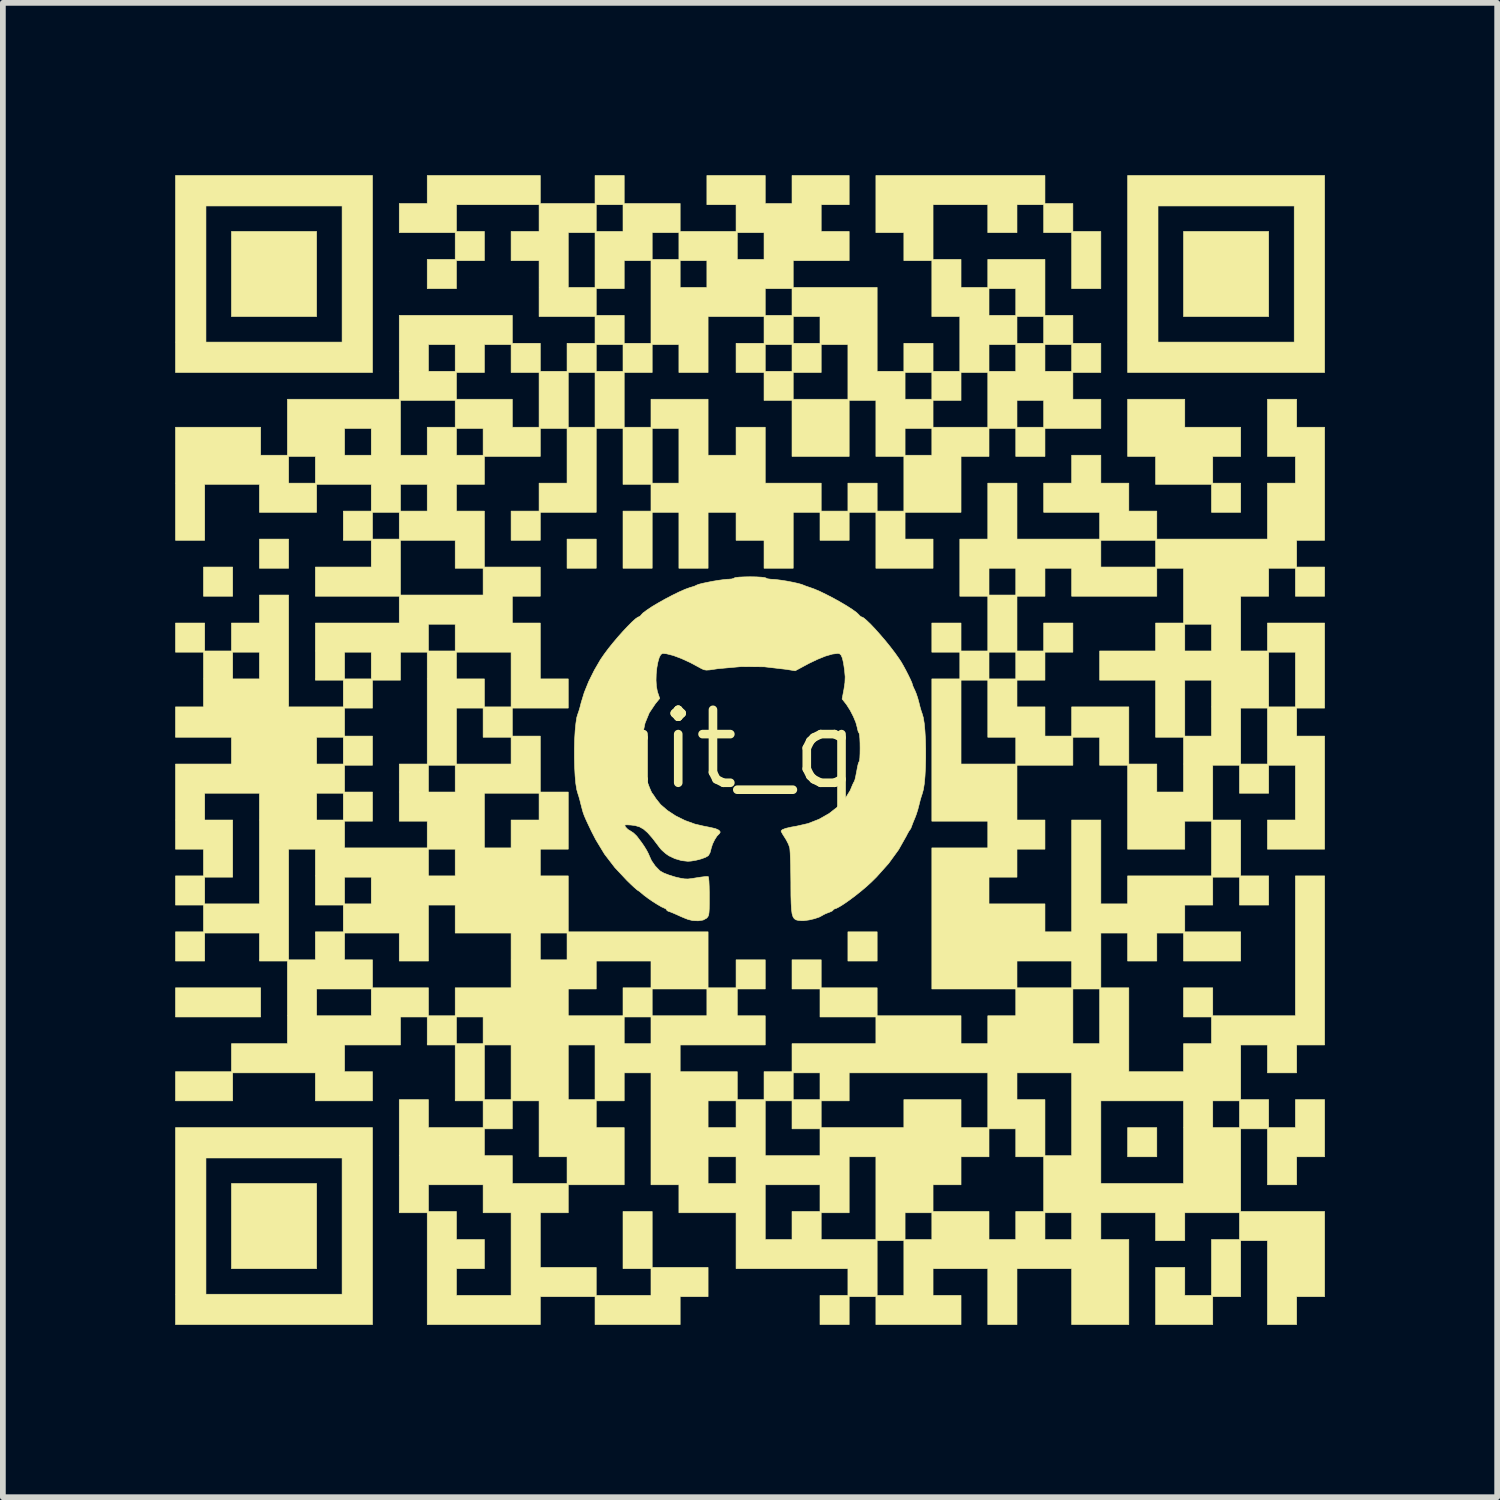
<source format=kicad_pcb>
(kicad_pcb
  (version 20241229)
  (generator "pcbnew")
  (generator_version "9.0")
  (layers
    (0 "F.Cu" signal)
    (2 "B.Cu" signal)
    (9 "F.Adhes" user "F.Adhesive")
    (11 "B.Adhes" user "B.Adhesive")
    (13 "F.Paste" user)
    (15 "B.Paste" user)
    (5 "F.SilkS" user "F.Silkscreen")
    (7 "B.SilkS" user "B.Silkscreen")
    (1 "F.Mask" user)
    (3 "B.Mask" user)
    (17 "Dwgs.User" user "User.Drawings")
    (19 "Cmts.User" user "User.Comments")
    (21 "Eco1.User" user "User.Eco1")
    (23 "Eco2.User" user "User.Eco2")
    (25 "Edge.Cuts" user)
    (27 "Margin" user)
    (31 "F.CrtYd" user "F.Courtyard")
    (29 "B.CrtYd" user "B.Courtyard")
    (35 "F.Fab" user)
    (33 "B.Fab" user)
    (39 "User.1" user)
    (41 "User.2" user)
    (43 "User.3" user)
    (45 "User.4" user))
  (footprint "git_qr"
    (layer "F.Cu")
    (at 9.996 9.996)
    (property "Reference" "git_qr" (at 0 0 0) (layer "F.SilkS") (effects (font (size 1.27 1.27) (thickness 0.15))))
    (attr through_hole)
    (fp_poly (pts (xy -8.996 -2.667) (xy -9.504 -2.667) (xy -9.504 -3.175) (xy -8.996 -3.175) (xy -8.996 -2.667)) (stroke (width 0.01) (type solid)) (fill yes) (layer "F.SilkS"))
    (fp_poly (pts (xy -8.509 4.657) (xy -9.991 4.657) (xy -9.991 4.149) (xy -8.509 4.149) (xy -8.509 4.657)) (stroke (width 0.01) (type solid)) (fill yes) (layer "F.SilkS"))
    (fp_poly (pts (xy -8.022 -3.154) (xy -8.53 -3.154) (xy -8.53 -3.662) (xy -8.022 -3.662) (xy -8.022 -3.154)) (stroke (width 0.01) (type solid)) (fill yes) (layer "F.SilkS"))
    (fp_poly (pts (xy -7.535 -7.535) (xy -9.017 -7.535) (xy -9.017 -9.017) (xy -7.535 -9.017) (xy -7.535 -7.535)) (stroke (width 0.01) (type solid)) (fill yes) (layer "F.SilkS"))
    (fp_poly (pts (xy -7.535 9.038) (xy -9.017 9.038) (xy -9.017 7.556) (xy -7.535 7.556) (xy -7.535 9.038)) (stroke (width 0.01) (type solid)) (fill yes) (layer "F.SilkS"))
    (fp_poly (pts (xy -2.667 -3.154) (xy -3.175 -3.154) (xy -3.175 -3.662) (xy -2.667 -3.662) (xy -2.667 -3.154)) (stroke (width 0.01) (type solid)) (fill yes) (layer "F.SilkS"))
    (fp_poly (pts (xy 2.223 3.683) (xy 1.714 3.683) (xy 1.714 3.175) (xy 2.223 3.175) (xy 2.223 3.683)) (stroke (width 0.01) (type solid)) (fill yes) (layer "F.SilkS"))
    (fp_poly (pts (xy 7.091 7.091) (xy 6.583 7.091) (xy 6.583 6.583) (xy 7.091 6.583) (xy 7.091 7.091)) (stroke (width 0.01) (type solid)) (fill yes) (layer "F.SilkS"))
    (fp_poly (pts (xy 9.038 -7.535) (xy 7.556 -7.535) (xy 7.556 -9.017) (xy 9.038 -9.017) (xy 9.038 -7.535)) (stroke (width 0.01) (type solid)) (fill yes) (layer "F.SilkS"))
    (fp_poly (pts (xy -6.562 -6.562) (xy -9.991 -6.562) (xy -9.991 -9.461) (xy -9.461 -9.461) (xy -9.461 -7.091) (xy -7.091 -7.091) (xy -7.091 -9.461) (xy -9.461 -9.461) (xy -9.991 -9.461) (xy -9.991 -9.991) (xy -6.562 -9.991) (xy -6.562 -6.562)) (stroke (width 0.01) (type solid)) (fill yes) (layer "F.SilkS"))
    (fp_poly (pts (xy -6.562 10.012) (xy -9.991 10.012) (xy -9.991 7.112) (xy -9.461 7.112) (xy -9.461 9.483) (xy -7.091 9.483) (xy -7.091 7.112) (xy -9.461 7.112) (xy -9.991 7.112) (xy -9.991 6.583) (xy -6.562 6.583) (xy -6.562 10.012)) (stroke (width 0.01) (type solid)) (fill yes) (layer "F.SilkS"))
    (fp_poly (pts (xy 10.012 -6.562) (xy 6.583 -6.562) (xy 6.583 -9.461) (xy 7.112 -9.461) (xy 7.112 -7.091) (xy 9.483 -7.091) (xy 9.483 -9.461) (xy 7.112 -9.461) (xy 6.583 -9.461) (xy 6.583 -9.991) (xy 10.012 -9.991) (xy 10.012 -6.562)) (stroke (width 0.01) (type solid)) (fill yes) (layer "F.SilkS"))
    (fp_poly (pts (xy 7.578 -5.609) (xy 8.551 -5.609) (xy 8.551 -5.101) (xy 8.065 -5.101) (xy 8.065 -4.636) (xy 8.551 -4.636) (xy 8.551 -4.128) (xy 8.043 -4.128) (xy 8.043 -4.614) (xy 7.07 -4.614) (xy 7.07 -5.101) (xy 6.583 -5.101) (xy 6.583 -6.096) (xy 7.578 -6.096) (xy 7.578 -5.609)) (stroke (width 0.01) (type solid)) (fill yes) (layer "F.SilkS"))
    (fp_poly (pts (xy 0.119 -3.004) (xy 0.205 -2.999) (xy 0.264 -2.992) (xy 0.286 -2.985) (xy 0.314 -2.971) (xy 0.366 -2.964) (xy 0.379 -2.963) (xy 0.449 -2.959) (xy 0.543 -2.947) (xy 0.648 -2.931) (xy 0.752 -2.911) (xy 0.843 -2.891) (xy 0.908 -2.873) (xy 0.921 -2.868) (xy 0.984 -2.843) (xy 1.037 -2.825) (xy 1.12 -2.796) (xy 1.224 -2.752) (xy 1.339 -2.696) (xy 1.461 -2.633) (xy 1.581 -2.566) (xy 1.693 -2.5) (xy 1.789 -2.438) (xy 1.863 -2.385) (xy 1.906 -2.344) (xy 1.911 -2.336) (xy 1.941 -2.31) (xy 1.954 -2.307) (xy 1.987 -2.291) (xy 2.04 -2.246) (xy 2.11 -2.179) (xy 2.191 -2.093) (xy 2.279 -1.994) (xy 2.369 -1.889) (xy 2.456 -1.781) (xy 2.536 -1.676) (xy 2.604 -1.58) (xy 2.641 -1.524) (xy 2.679 -1.458) (xy 2.722 -1.379) (xy 2.764 -1.297) (xy 2.8 -1.223) (xy 2.826 -1.165) (xy 2.836 -1.134) (xy 2.836 -1.133) (xy 2.846 -1.101) (xy 2.869 -1.05) (xy 2.876 -1.037) (xy 2.901 -0.978) (xy 2.929 -0.896) (xy 2.951 -0.815) (xy 2.971 -0.735) (xy 2.991 -0.667) (xy 3.006 -0.625) (xy 3.006 -0.624) (xy 3.026 -0.556) (xy 3.043 -0.452) (xy 3.055 -0.322) (xy 3.064 -0.173) (xy 3.068 -0.012) (xy 3.068 0.153) (xy 3.064 0.315) (xy 3.056 0.465) (xy 3.044 0.596) (xy 3.027 0.701) (xy 3.007 0.772) (xy 3.007 0.773) (xy 2.993 0.814) (xy 2.973 0.882) (xy 2.953 0.962) (xy 2.93 1.051) (xy 2.902 1.137) (xy 2.88 1.194) (xy 2.852 1.261) (xy 2.829 1.321) (xy 2.825 1.333) (xy 2.808 1.377) (xy 2.794 1.397) (xy 2.777 1.421) (xy 2.749 1.47) (xy 2.733 1.503) (xy 2.596 1.746) (xy 2.423 1.984) (xy 2.212 2.22) (xy 2.124 2.307) (xy 2.039 2.385) (xy 1.943 2.466) (xy 1.841 2.547) (xy 1.741 2.622) (xy 1.648 2.687) (xy 1.57 2.736) (xy 1.513 2.766) (xy 1.489 2.773) (xy 1.463 2.785) (xy 1.46 2.792) (xy 1.442 2.811) (xy 1.397 2.832) (xy 1.381 2.837) (xy 1.321 2.861) (xy 1.275 2.885) (xy 1.27 2.889) (xy 1.215 2.918) (xy 1.132 2.946) (xy 1.038 2.968) (xy 0.949 2.98) (xy 0.898 2.98) (xy 0.849 2.976) (xy 0.81 2.966) (xy 0.78 2.946) (xy 0.758 2.912) (xy 0.742 2.86) (xy 0.732 2.784) (xy 0.726 2.681) (xy 0.722 2.546) (xy 0.721 2.374) (xy 0.721 2.318) (xy 0.719 2.168) (xy 0.717 2.028) (xy 0.713 1.905) (xy 0.709 1.806) (xy 0.704 1.737) (xy 0.701 1.711) (xy 0.678 1.647) (xy 0.64 1.573) (xy 0.616 1.535) (xy 0.58 1.478) (xy 0.556 1.435) (xy 0.55 1.42) (xy 0.571 1.397) (xy 0.63 1.374) (xy 0.724 1.352) (xy 0.821 1.335) (xy 1.022 1.289) (xy 1.213 1.214) (xy 1.387 1.115) (xy 1.539 0.996) (xy 1.663 0.861) (xy 1.753 0.715) (xy 1.77 0.675) (xy 1.795 0.614) (xy 1.817 0.569) (xy 1.824 0.558) (xy 1.836 0.527) (xy 1.85 0.466) (xy 1.865 0.388) (xy 1.868 0.373) (xy 1.882 0.297) (xy 1.896 0.24) (xy 1.908 0.213) (xy 1.91 0.212) (xy 1.917 0.192) (xy 1.922 0.141) (xy 1.925 0.067) (xy 1.926 -0.019) (xy 1.925 -0.107) (xy 1.922 -0.187) (xy 1.917 -0.248) (xy 1.91 -0.281) (xy 1.908 -0.284) (xy 1.893 -0.31) (xy 1.879 -0.363) (xy 1.875 -0.386) (xy 1.852 -0.47) (xy 1.809 -0.573) (xy 1.754 -0.68) (xy 1.693 -0.776) (xy 1.672 -0.804) (xy 1.613 -0.878) (xy 1.645 -1.048) (xy 1.662 -1.162) (xy 1.666 -1.264) (xy 1.656 -1.377) (xy 1.655 -1.386) (xy 1.637 -1.506) (xy 1.618 -1.589) (xy 1.596 -1.64) (xy 1.569 -1.666) (xy 1.54 -1.672) (xy 1.444 -1.66) (xy 1.323 -1.625) (xy 1.184 -1.569) (xy 1.034 -1.497) (xy 1.017 -1.488) (xy 0.796 -1.369) (xy 0.644 -1.394) (xy 0.256 -1.439) (xy -0.143 -1.442) (xy -0.547 -1.406) (xy -0.614 -1.396) (xy -0.696 -1.384) (xy -0.751 -1.381) (xy -0.793 -1.388) (xy -0.836 -1.407) (xy -0.868 -1.425) (xy -1.03 -1.512) (xy -1.185 -1.583) (xy -1.324 -1.635) (xy -1.442 -1.665) (xy -1.511 -1.672) (xy -1.543 -1.652) (xy -1.571 -1.599) (xy -1.594 -1.519) (xy -1.612 -1.421) (xy -1.623 -1.314) (xy -1.626 -1.205) (xy -1.62 -1.102) (xy -1.604 -1.015) (xy -1.599 -0.997) (xy -1.562 -0.888) (xy -1.638 -0.795) (xy -1.744 -0.637) (xy -1.817 -0.459) (xy -1.86 -0.257) (xy -1.872 -0.029) (xy -1.862 0.158) (xy -1.848 0.29) (xy -1.836 0.387) (xy -1.824 0.454) (xy -1.811 0.497) (xy -1.8 0.519) (xy -1.785 0.549) (xy -1.762 0.605) (xy -1.747 0.646) (xy -1.722 0.707) (xy -1.702 0.75) (xy -1.694 0.762) (xy -1.676 0.785) (xy -1.645 0.831) (xy -1.632 0.852) (xy -1.547 0.959) (xy -1.428 1.062) (xy -1.283 1.157) (xy -1.121 1.237) (xy -0.95 1.299) (xy -0.804 1.333) (xy -0.718 1.35) (xy -0.635 1.368) (xy -0.587 1.38) (xy -0.531 1.406) (xy -0.508 1.437) (xy -0.523 1.466) (xy -0.53 1.472) (xy -0.566 1.509) (xy -0.606 1.572) (xy -0.642 1.646) (xy -0.665 1.717) (xy -0.669 1.734) (xy -0.686 1.797) (xy -0.713 1.845) (xy -0.719 1.851) (xy -0.765 1.878) (xy -0.839 1.905) (xy -0.927 1.928) (xy -1.014 1.943) (xy -1.072 1.947) (xy -1.181 1.935) (xy -1.297 1.901) (xy -1.401 1.852) (xy -1.457 1.813) (xy -1.505 1.771) (xy -1.535 1.743) (xy -1.56 1.713) (xy -1.594 1.668) (xy -1.598 1.662) (xy -1.692 1.54) (xy -1.771 1.45) (xy -1.843 1.387) (xy -1.914 1.347) (xy -1.99 1.325) (xy -2.06 1.316) (xy -2.129 1.312) (xy -2.163 1.314) (xy -2.17 1.325) (xy -2.158 1.348) (xy -2.156 1.351) (xy -2.116 1.392) (xy -2.068 1.421) (xy -2.018 1.454) (xy -1.965 1.505) (xy -1.951 1.522) (xy -1.913 1.573) (xy -1.884 1.611) (xy -1.878 1.619) (xy -1.832 1.686) (xy -1.788 1.758) (xy -1.756 1.82) (xy -1.746 1.845) (xy -1.705 1.936) (xy -1.64 2.029) (xy -1.567 2.105) (xy -1.548 2.12) (xy -1.49 2.152) (xy -1.405 2.185) (xy -1.309 2.215) (xy -1.289 2.221) (xy -1.198 2.242) (xy -1.131 2.253) (xy -1.071 2.255) (xy -1.001 2.247) (xy -0.922 2.234) (xy -0.837 2.221) (xy -0.768 2.213) (xy -0.725 2.212) (xy -0.717 2.213) (xy -0.711 2.237) (xy -0.705 2.296) (xy -0.701 2.383) (xy -0.699 2.489) (xy -0.699 2.559) (xy -0.699 2.685) (xy -0.7 2.776) (xy -0.704 2.838) (xy -0.71 2.88) (xy -0.721 2.907) (xy -0.736 2.927) (xy -0.747 2.938) (xy -0.807 2.97) (xy -0.892 2.983) (xy -0.988 2.979) (xy -1.069 2.959) (xy -1.121 2.939) (xy -1.195 2.908) (xy -1.265 2.876) (xy -1.334 2.846) (xy -1.389 2.824) (xy -1.418 2.815) (xy -1.418 2.815) (xy -1.439 2.8) (xy -1.439 2.795) (xy -1.457 2.774) (xy -1.485 2.761) (xy -1.531 2.74) (xy -1.6 2.7) (xy -1.681 2.649) (xy -1.761 2.594) (xy -1.83 2.543) (xy -1.869 2.51) (xy -1.91 2.475) (xy -1.938 2.456) (xy -1.941 2.455) (xy -1.96 2.441) (xy -2.003 2.404) (xy -2.063 2.348) (xy -2.132 2.281) (xy -2.343 2.056) (xy -2.522 1.823) (xy -2.676 1.569) (xy -2.748 1.429) (xy -2.804 1.312) (xy -2.845 1.224) (xy -2.875 1.155) (xy -2.896 1.096) (xy -2.913 1.037) (xy -2.93 0.969) (xy -2.932 0.963) (xy -2.952 0.883) (xy -2.971 0.815) (xy -2.985 0.773) (xy -2.985 0.773) (xy -3.006 0.7) (xy -3.023 0.594) (xy -3.035 0.461) (xy -3.043 0.31) (xy -3.047 0.148) (xy -3.047 -0.017) (xy -3.043 -0.178) (xy -3.034 -0.328) (xy -3.021 -0.457) (xy -3.005 -0.56) (xy -2.985 -0.624) (xy -2.97 -0.666) (xy -2.95 -0.734) (xy -2.93 -0.813) (xy -2.876 -0.99) (xy -2.798 -1.183) (xy -2.701 -1.378) (xy -2.593 -1.564) (xy -2.529 -1.657) (xy -2.457 -1.754) (xy -2.375 -1.856) (xy -2.287 -1.96) (xy -2.199 -2.059) (xy -2.115 -2.148) (xy -2.041 -2.222) (xy -1.981 -2.276) (xy -1.94 -2.304) (xy -1.929 -2.307) (xy -1.9 -2.323) (xy -1.89 -2.336) (xy -1.855 -2.374) (xy -1.787 -2.425) (xy -1.696 -2.486) (xy -1.587 -2.551) (xy -1.468 -2.618) (xy -1.346 -2.682) (xy -1.228 -2.74) (xy -1.122 -2.787) (xy -1.034 -2.819) (xy -1.005 -2.827) (xy -0.952 -2.844) (xy -0.918 -2.861) (xy -0.885 -2.874) (xy -0.82 -2.891) (xy -0.734 -2.909) (xy -0.638 -2.928) (xy -0.54 -2.944) (xy -0.452 -2.956) (xy -0.383 -2.963) (xy -0.366 -2.963) (xy -0.308 -2.968) (xy -0.27 -2.98) (xy -0.265 -2.985) (xy -0.239 -2.993) (xy -0.178 -3) (xy -0.089 -3.004) (xy 0.011 -3.006) (xy 0.119 -3.004)) (stroke (width 0.01) (type solid)) (fill yes) (layer "F.SilkS"))
    (fp_poly (pts (xy -3.641 -9.504) (xy -2.688 -9.504) (xy -2.688 -9.991) (xy -2.18 -9.991) (xy -2.18 -9.504) (xy -1.206 -9.504) (xy -1.206 -9.017) (xy -0.233 -9.017) (xy -0.233 -9.483) (xy -0.741 -9.483) (xy -0.741 -9.991) (xy 0.275 -9.991) (xy 0.275 -9.504) (xy 0.741 -9.504) (xy 0.741 -9.991) (xy 1.736 -9.991) (xy 1.736 -9.483) (xy 1.249 -9.483) (xy 1.249 -9.017) (xy 1.736 -9.017) (xy 1.736 -8.509) (xy 0.762 -8.509) (xy 0.762 -8.043) (xy 2.223 -8.043) (xy 2.223 -6.583) (xy 2.688 -6.583) (xy 2.688 -7.07) (xy 3.196 -7.07) (xy 3.196 -6.583) (xy 3.662 -6.583) (xy 3.662 -7.048) (xy 4.17 -7.048) (xy 4.17 -6.583) (xy 4.636 -6.583) (xy 4.636 -7.048) (xy 5.144 -7.048) (xy 5.144 -6.583) (xy 5.609 -6.583) (xy 5.609 -7.048) (xy 5.144 -7.048) (xy 4.636 -7.048) (xy 4.17 -7.048) (xy 3.662 -7.048) (xy 3.662 -7.535) (xy 4.657 -7.535) (xy 4.657 -7.07) (xy 5.122 -7.07) (xy 5.122 -7.535) (xy 4.657 -7.535) (xy 3.662 -7.535) (xy 3.175 -7.535) (xy 3.175 -8.022) (xy 4.17 -8.022) (xy 4.17 -7.556) (xy 4.636 -7.556) (xy 4.636 -8.022) (xy 4.17 -8.022) (xy 3.175 -8.022) (xy 3.175 -8.509) (xy 2.688 -8.509) (xy 2.688 -8.996) (xy 2.201 -8.996) (xy 2.201 -9.991) (xy 5.144 -9.991) (xy 5.144 -9.504) (xy 5.63 -9.504) (xy 5.63 -9.017) (xy 6.117 -9.017) (xy 6.117 -8.022) (xy 5.609 -8.022) (xy 5.609 -8.996) (xy 5.122 -8.996) (xy 5.122 -9.483) (xy 4.657 -9.483) (xy 4.657 -8.996) (xy 4.149 -8.996) (xy 4.149 -9.483) (xy 3.196 -9.483) (xy 3.196 -8.53) (xy 3.683 -8.53) (xy 3.683 -8.043) (xy 4.149 -8.043) (xy 4.149 -8.53) (xy 5.144 -8.53) (xy 5.144 -7.556) (xy 5.63 -7.556) (xy 5.63 -7.07) (xy 6.117 -7.07) (xy 6.117 -6.562) (xy 5.63 -6.562) (xy 5.63 -6.096) (xy 6.117 -6.096) (xy 6.117 -5.588) (xy 5.144 -5.588) (xy 5.144 -5.101) (xy 4.636 -5.101) (xy 4.636 -5.588) (xy 4.17 -5.588) (xy 4.17 -5.101) (xy 3.683 -5.101) (xy 3.683 -4.128) (xy 2.709 -4.128) (xy 2.709 -3.662) (xy 3.196 -3.662) (xy 3.196 -3.154) (xy 2.201 -3.154) (xy 2.201 -4.128) (xy 1.736 -4.128) (xy 1.736 -3.641) (xy 1.228 -3.641) (xy 1.228 -4.128) (xy 0.762 -4.128) (xy 0.762 -3.154) (xy 0.254 -3.154) (xy 0.254 -3.641) (xy -0.233 -3.641) (xy -0.233 -4.128) (xy -0.72 -4.128) (xy -0.72 -3.154) (xy -1.228 -3.154) (xy -1.228 -4.128) (xy -1.693 -4.128) (xy -1.693 -3.154) (xy -2.201 -3.154) (xy -2.201 -4.149) (xy -1.714 -4.149) (xy -1.714 -4.614) (xy -2.201 -4.614) (xy -2.201 -5.588) (xy -1.693 -5.588) (xy -1.693 -4.636) (xy -1.228 -4.636) (xy -1.228 -5.588) (xy -1.693 -5.588) (xy -2.201 -5.588) (xy -2.667 -5.588) (xy -2.667 -4.128) (xy -3.641 -4.128) (xy -3.641 -3.641) (xy -4.149 -3.641) (xy -4.149 -4.149) (xy -3.662 -4.149) (xy -3.662 -4.636) (xy -3.175 -4.636) (xy -3.175 -5.588) (xy -3.641 -5.588) (xy -3.641 -5.101) (xy -4.614 -5.101) (xy -4.614 -4.614) (xy -5.101 -4.614) (xy -5.101 -4.149) (xy -4.614 -4.149) (xy -4.614 -3.175) (xy -3.641 -3.175) (xy -3.641 -2.667) (xy -4.128 -2.667) (xy -4.128 -2.201) (xy -3.641 -2.201) (xy -3.641 -1.228) (xy -3.154 -1.228) (xy -3.154 -0.72) (xy -4.128 -0.72) (xy -4.128 -0.233) (xy -3.641 -0.233) (xy -3.641 0.741) (xy -3.154 0.741) (xy -3.154 1.736) (xy -3.641 1.736) (xy -3.641 2.201) (xy -3.154 2.201) (xy -3.154 3.175) (xy -0.72 3.175) (xy -0.72 4.149) (xy -0.233 4.149) (xy -0.233 3.662) (xy 0.275 3.662) (xy 0.275 4.17) (xy -0.212 4.17) (xy -0.212 4.636) (xy 0.275 4.636) (xy 0.275 5.144) (xy -1.206 5.144) (xy -1.206 5.609) (xy -0.212 5.609) (xy -0.212 6.096) (xy 0.254 6.096) (xy 0.254 5.63) (xy 0.762 5.63) (xy 0.762 6.096) (xy 1.228 6.096) (xy 1.228 5.63) (xy 0.762 5.63) (xy 0.254 5.63) (xy 0.254 5.609) (xy 0.741 5.609) (xy 0.741 5.122) (xy 2.201 5.122) (xy 2.201 4.657) (xy 1.228 4.657) (xy 1.228 4.17) (xy 0.741 4.17) (xy 0.741 3.662) (xy 1.249 3.662) (xy 1.249 4.149) (xy 2.223 4.149) (xy 2.223 4.636) (xy 3.683 4.636) (xy 3.683 5.122) (xy 4.149 5.122) (xy 4.149 4.636) (xy 4.636 4.636) (xy 4.636 4.17) (xy 5.63 4.17) (xy 5.63 5.122) (xy 6.096 5.122) (xy 6.096 4.17) (xy 5.63 4.17) (xy 4.636 4.17) (xy 3.175 4.17) (xy 3.175 3.683) (xy 4.657 3.683) (xy 4.657 4.149) (xy 5.609 4.149) (xy 5.609 3.683) (xy 4.657 3.683) (xy 3.175 3.683) (xy 3.175 2.223) (xy 4.17 2.223) (xy 4.17 2.688) (xy 5.144 2.688) (xy 5.144 3.175) (xy 5.609 3.175) (xy 5.609 1.228) (xy 6.117 1.228) (xy 6.117 2.688) (xy 6.583 2.688) (xy 6.583 2.201) (xy 8.043 2.201) (xy 8.043 1.249) (xy 7.578 1.249) (xy 7.578 1.736) (xy 6.583 1.736) (xy 6.583 0.275) (xy 6.096 0.275) (xy 6.096 -0.212) (xy 5.63 -0.212) (xy 5.63 0.275) (xy 4.657 0.275) (xy 4.657 1.228) (xy 5.144 1.228) (xy 5.144 1.736) (xy 4.657 1.736) (xy 4.657 2.223) (xy 4.17 2.223) (xy 3.175 2.223) (xy 3.175 1.714) (xy 4.149 1.714) (xy 4.149 1.249) (xy 3.175 1.249) (xy 3.175 -1.206) (xy 3.683 -1.206) (xy 3.683 0.254) (xy 4.636 0.254) (xy 4.636 -0.212) (xy 4.149 -0.212) (xy 4.149 -1.206) (xy 3.683 -1.206) (xy 3.175 -1.206) (xy 3.175 -1.228) (xy 3.662 -1.228) (xy 3.662 -1.693) (xy 4.17 -1.693) (xy 4.17 -1.228) (xy 4.636 -1.228) (xy 4.636 -1.693) (xy 4.17 -1.693) (xy 3.662 -1.693) (xy 3.175 -1.693) (xy 3.175 -2.201) (xy 3.683 -2.201) (xy 3.683 -1.714) (xy 4.149 -1.714) (xy 4.149 -2.667) (xy 4.657 -2.667) (xy 4.657 -1.714) (xy 5.122 -1.714) (xy 5.122 -2.201) (xy 5.63 -2.201) (xy 5.63 -1.693) (xy 5.144 -1.693) (xy 5.144 -1.206) (xy 4.657 -1.206) (xy 4.657 -0.741) (xy 5.144 -0.741) (xy 5.144 -0.233) (xy 5.609 -0.233) (xy 5.609 -0.741) (xy 6.604 -0.741) (xy 6.604 0.254) (xy 7.091 0.254) (xy 7.091 0.741) (xy 7.556 0.741) (xy 7.556 -0.212) (xy 7.07 -0.212) (xy 7.07 -1.206) (xy 7.578 -1.206) (xy 7.578 -0.233) (xy 8.043 -0.233) (xy 8.043 -0.72) (xy 8.551 -0.72) (xy 8.551 0.254) (xy 9.017 0.254) (xy 9.017 -0.72) (xy 8.551 -0.72) (xy 8.043 -0.72) (xy 8.043 -1.206) (xy 7.578 -1.206) (xy 7.07 -1.206) (xy 6.096 -1.206) (xy 6.096 -1.693) (xy 9.038 -1.693) (xy 9.038 -0.741) (xy 9.504 -0.741) (xy 9.504 -1.693) (xy 9.038 -1.693) (xy 6.096 -1.693) (xy 6.096 -1.714) (xy 7.07 -1.714) (xy 7.07 -2.18) (xy 7.578 -2.18) (xy 7.578 -1.714) (xy 8.043 -1.714) (xy 8.043 -2.18) (xy 7.578 -2.18) (xy 7.07 -2.18) (xy 7.07 -2.201) (xy 7.556 -2.201) (xy 7.556 -3.154) (xy 7.091 -3.154) (xy 7.091 -2.667) (xy 5.609 -2.667) (xy 5.609 -3.154) (xy 5.144 -3.154) (xy 5.144 -2.667) (xy 4.657 -2.667) (xy 4.149 -2.667) (xy 3.662 -2.667) (xy 3.662 -3.154) (xy 4.17 -3.154) (xy 4.17 -2.688) (xy 4.636 -2.688) (xy 4.636 -3.154) (xy 4.17 -3.154) (xy 3.662 -3.154) (xy 3.662 -3.641) (xy 6.117 -3.641) (xy 6.117 -3.175) (xy 7.07 -3.175) (xy 7.07 -3.641) (xy 6.117 -3.641) (xy 3.662 -3.641) (xy 3.662 -3.662) (xy 4.149 -3.662) (xy 4.149 -4.636) (xy 4.657 -4.636) (xy 4.657 -3.662) (xy 6.096 -3.662) (xy 6.096 -4.128) (xy 5.122 -4.128) (xy 5.122 -4.636) (xy 5.609 -4.636) (xy 5.609 -5.122) (xy 6.117 -5.122) (xy 6.117 -4.636) (xy 6.604 -4.636) (xy 6.604 -4.149) (xy 7.091 -4.149) (xy 7.091 -3.662) (xy 9.017 -3.662) (xy 9.017 -4.636) (xy 9.504 -4.636) (xy 9.504 -5.101) (xy 9.017 -5.101) (xy 9.017 -6.096) (xy 9.525 -6.096) (xy 9.525 -5.609) (xy 10.012 -5.609) (xy 10.012 -3.641) (xy 9.525 -3.641) (xy 9.525 -3.175) (xy 10.012 -3.175) (xy 10.012 -2.667) (xy 9.504 -2.667) (xy 9.504 -3.154) (xy 9.038 -3.154) (xy 9.038 -2.667) (xy 8.551 -2.667) (xy 8.551 -1.714) (xy 9.017 -1.714) (xy 9.017 -2.201) (xy 10.012 -2.201) (xy 10.012 -0.72) (xy 9.525 -0.72) (xy 9.525 -0.233) (xy 10.012 -0.233) (xy 10.012 1.736) (xy 9.017 1.736) (xy 9.017 1.228) (xy 9.504 1.228) (xy 9.504 0.275) (xy 9.038 0.275) (xy 9.038 0.762) (xy 8.53 0.762) (xy 8.53 0.275) (xy 8.065 0.275) (xy 8.065 1.228) (xy 8.551 1.228) (xy 8.551 2.201) (xy 9.038 2.201) (xy 9.038 2.709) (xy 8.53 2.709) (xy 8.53 2.223) (xy 8.065 2.223) (xy 8.065 2.709) (xy 7.578 2.709) (xy 7.578 3.175) (xy 8.551 3.175) (xy 8.551 3.683) (xy 7.556 3.683) (xy 7.556 3.196) (xy 7.091 3.196) (xy 7.091 3.683) (xy 6.583 3.683) (xy 6.583 3.196) (xy 6.117 3.196) (xy 6.117 4.149) (xy 6.604 4.149) (xy 6.604 5.609) (xy 7.556 5.609) (xy 7.556 5.122) (xy 8.043 5.122) (xy 8.043 4.657) (xy 7.556 4.657) (xy 7.556 4.149) (xy 8.065 4.149) (xy 8.065 4.636) (xy 9.504 4.636) (xy 9.504 2.201) (xy 10.012 2.201) (xy 10.012 5.144) (xy 9.525 5.144) (xy 9.525 5.63) (xy 9.017 5.63) (xy 9.017 5.144) (xy 8.551 5.144) (xy 8.551 6.096) (xy 9.038 6.096) (xy 9.038 6.583) (xy 9.504 6.583) (xy 9.504 6.096) (xy 10.012 6.096) (xy 10.012 7.091) (xy 9.525 7.091) (xy 9.525 7.578) (xy 9.017 7.578) (xy 9.017 6.604) (xy 8.551 6.604) (xy 8.551 8.043) (xy 10.012 8.043) (xy 10.012 9.525) (xy 9.525 9.525) (xy 9.525 10.012) (xy 9.017 10.012) (xy 9.017 8.551) (xy 8.551 8.551) (xy 8.551 9.525) (xy 8.065 9.525) (xy 8.065 10.012) (xy 7.07 10.012) (xy 7.07 9.017) (xy 7.578 9.017) (xy 7.578 9.504) (xy 8.043 9.504) (xy 8.043 8.53) (xy 8.53 8.53) (xy 8.53 8.065) (xy 7.578 8.065) (xy 7.578 8.551) (xy 7.07 8.551) (xy 7.07 8.065) (xy 6.117 8.065) (xy 6.117 8.53) (xy 6.604 8.53) (xy 6.604 10.012) (xy 5.609 10.012) (xy 5.609 9.038) (xy 4.657 9.038) (xy 4.657 10.012) (xy 4.149 10.012) (xy 4.149 9.038) (xy 3.196 9.038) (xy 3.196 9.504) (xy 3.683 9.504) (xy 3.683 10.012) (xy 2.201 10.012) (xy 2.201 9.525) (xy 1.736 9.525) (xy 1.736 10.012) (xy 1.228 10.012) (xy 1.228 9.504) (xy 1.714 9.504) (xy 1.714 9.038) (xy -0.233 9.038) (xy -0.233 8.551) (xy 2.223 8.551) (xy 2.223 9.504) (xy 2.688 9.504) (xy 2.688 8.551) (xy 2.223 8.551) (xy -0.233 8.551) (xy -0.233 8.065) (xy -1.228 8.065) (xy -1.228 7.578) (xy 0.275 7.578) (xy 0.275 8.53) (xy 0.741 8.53) (xy 0.741 8.065) (xy 1.249 8.065) (xy 1.249 8.53) (xy 2.201 8.53) (xy 2.201 8.065) (xy 2.709 8.065) (xy 2.709 8.53) (xy 3.175 8.53) (xy 3.175 8.065) (xy 2.709 8.065) (xy 2.201 8.065) (xy 2.201 7.578) (xy 3.196 7.578) (xy 3.196 8.043) (xy 4.17 8.043) (xy 4.17 8.53) (xy 4.636 8.53) (xy 4.636 8.065) (xy 5.144 8.065) (xy 5.144 8.53) (xy 5.609 8.53) (xy 5.609 8.065) (xy 5.144 8.065) (xy 4.636 8.065) (xy 4.636 8.043) (xy 5.122 8.043) (xy 5.122 7.091) (xy 4.636 7.091) (xy 4.636 6.604) (xy 4.17 6.604) (xy 4.17 7.091) (xy 3.683 7.091) (xy 3.683 7.578) (xy 3.196 7.578) (xy 2.201 7.578) (xy 2.201 7.091) (xy 1.736 7.091) (xy 1.736 8.065) (xy 1.249 8.065) (xy 0.741 8.065) (xy 0.741 8.043) (xy 1.228 8.043) (xy 1.228 7.578) (xy 0.275 7.578) (xy -1.228 7.578) (xy -1.714 7.578) (xy -1.714 7.091) (xy -0.72 7.091) (xy -0.72 7.556) (xy -0.233 7.556) (xy -0.233 7.091) (xy -0.72 7.091) (xy -1.714 7.091) (xy -1.714 6.117) (xy -0.72 6.117) (xy -0.72 6.583) (xy -0.233 6.583) (xy -0.233 6.117) (xy 0.275 6.117) (xy 0.275 7.07) (xy 1.228 7.07) (xy 1.228 6.604) (xy 0.741 6.604) (xy 0.741 6.117) (xy 1.249 6.117) (xy 1.249 6.583) (xy 2.688 6.583) (xy 2.688 6.096) (xy 3.683 6.096) (xy 3.683 6.583) (xy 4.149 6.583) (xy 4.149 5.63) (xy 4.657 5.63) (xy 4.657 6.096) (xy 5.144 6.096) (xy 5.144 7.07) (xy 5.609 7.07) (xy 5.609 6.117) (xy 6.117 6.117) (xy 6.117 7.556) (xy 7.556 7.556) (xy 7.556 6.117) (xy 8.065 6.117) (xy 8.065 6.583) (xy 8.53 6.583) (xy 8.53 6.117) (xy 8.065 6.117) (xy 7.556 6.117) (xy 6.117 6.117) (xy 5.609 6.117) (xy 5.609 5.63) (xy 4.657 5.63) (xy 4.149 5.63) (xy 1.736 5.63) (xy 1.736 6.117) (xy 1.249 6.117) (xy 0.741 6.117) (xy 0.275 6.117) (xy -0.233 6.117) (xy -0.72 6.117) (xy -1.714 6.117) (xy -1.714 5.63) (xy -2.18 5.63) (xy -2.18 6.117) (xy -2.667 6.117) (xy -2.667 6.583) (xy -2.18 6.583) (xy -2.18 7.578) (xy -3.154 7.578) (xy -3.154 8.065) (xy -3.641 8.065) (xy -3.641 9.017) (xy -2.667 9.017) (xy -2.667 9.504) (xy -1.714 9.504) (xy -1.714 9.038) (xy -2.201 9.038) (xy -2.201 8.043) (xy -1.693 8.043) (xy -1.693 9.017) (xy -0.72 9.017) (xy -0.72 9.525) (xy -1.206 9.525) (xy -1.206 10.012) (xy -2.688 10.012) (xy -2.688 9.525) (xy -3.641 9.525) (xy -3.641 10.012) (xy -5.609 10.012) (xy -5.609 8.065) (xy -6.096 8.065) (xy -6.096 7.578) (xy -5.588 7.578) (xy -5.588 8.043) (xy -5.101 8.043) (xy -5.101 8.53) (xy -4.614 8.53) (xy -4.614 9.038) (xy -5.101 9.038) (xy -5.101 9.504) (xy -4.149 9.504) (xy -4.149 8.065) (xy -4.636 8.065) (xy -4.636 7.578) (xy -5.588 7.578) (xy -6.096 7.578) (xy -6.096 6.604) (xy -4.614 6.604) (xy -4.614 7.07) (xy -4.128 7.07) (xy -4.128 7.556) (xy -3.175 7.556) (xy -3.175 7.091) (xy -3.662 7.091) (xy -3.662 6.117) (xy -4.128 6.117) (xy -4.128 6.604) (xy -4.614 6.604) (xy -6.096 6.604) (xy -6.096 6.096) (xy -5.588 6.096) (xy -5.588 6.583) (xy -4.636 6.583) (xy -4.636 6.117) (xy -5.122 6.117) (xy -5.122 5.144) (xy -4.614 5.144) (xy -4.614 6.096) (xy -4.149 6.096) (xy -4.149 5.144) (xy -3.154 5.144) (xy -3.154 6.096) (xy -2.688 6.096) (xy -2.688 5.144) (xy -3.154 5.144) (xy -4.149 5.144) (xy -4.614 5.144) (xy -5.122 5.144) (xy -5.609 5.144) (xy -5.609 4.657) (xy -5.101 4.657) (xy -5.101 5.122) (xy -4.636 5.122) (xy -4.636 4.657) (xy -2.18 4.657) (xy -2.18 5.122) (xy -1.714 5.122) (xy -1.714 4.657) (xy -2.18 4.657) (xy -4.636 4.657) (xy -5.101 4.657) (xy -5.609 4.657) (xy -6.075 4.657) (xy -6.075 5.144) (xy -7.048 5.144) (xy -7.048 5.609) (xy -6.562 5.609) (xy -6.562 6.117) (xy -7.556 6.117) (xy -7.556 5.63) (xy -8.996 5.63) (xy -8.996 6.117) (xy -9.991 6.117) (xy -9.991 5.609) (xy -9.017 5.609) (xy -9.017 5.122) (xy -8.043 5.122) (xy -8.043 4.17) (xy -7.535 4.17) (xy -7.535 4.636) (xy -6.583 4.636) (xy -6.583 4.17) (xy -7.535 4.17) (xy -8.043 4.17) (xy -8.043 3.683) (xy -8.53 3.683) (xy -8.53 3.196) (xy -9.483 3.196) (xy -9.483 3.683) (xy -9.991 3.683) (xy -9.991 3.175) (xy -9.504 3.175) (xy -9.504 2.709) (xy -9.991 2.709) (xy -9.991 2.201) (xy -9.504 2.201) (xy -9.504 1.736) (xy -9.991 1.736) (xy -9.991 0.762) (xy -9.483 0.762) (xy -9.483 1.228) (xy -8.996 1.228) (xy -8.996 2.223) (xy -9.483 2.223) (xy -9.483 2.688) (xy -8.53 2.688) (xy -8.53 1.736) (xy -8.022 1.736) (xy -8.022 3.662) (xy -7.556 3.662) (xy -7.556 3.196) (xy -7.048 3.196) (xy -7.048 3.662) (xy -6.562 3.662) (xy -6.562 4.149) (xy -5.588 4.149) (xy -5.588 4.636) (xy -5.122 4.636) (xy -5.122 4.17) (xy -3.154 4.17) (xy -3.154 4.636) (xy -2.201 4.636) (xy -2.201 4.17) (xy -1.693 4.17) (xy -1.693 4.636) (xy -0.741 4.636) (xy -0.741 4.17) (xy -1.693 4.17) (xy -2.201 4.17) (xy -2.201 4.149) (xy -1.714 4.149) (xy -1.714 3.683) (xy -2.667 3.683) (xy -2.667 4.17) (xy -3.154 4.17) (xy -5.122 4.17) (xy -5.122 4.149) (xy -4.149 4.149) (xy -4.149 3.196) (xy -3.641 3.196) (xy -3.641 3.662) (xy -3.175 3.662) (xy -3.175 3.196) (xy -3.641 3.196) (xy -4.149 3.196) (xy -5.122 3.196) (xy -5.122 2.709) (xy -5.588 2.709) (xy -5.588 3.683) (xy -6.096 3.683) (xy -6.096 3.196) (xy -7.048 3.196) (xy -7.556 3.196) (xy -7.556 3.175) (xy -7.07 3.175) (xy -7.07 2.709) (xy -7.556 2.709) (xy -7.556 2.223) (xy -7.048 2.223) (xy -7.048 2.688) (xy -6.583 2.688) (xy -6.583 2.223) (xy -7.048 2.223) (xy -7.556 2.223) (xy -7.556 1.736) (xy -5.588 1.736) (xy -5.588 2.201) (xy -5.122 2.201) (xy -5.122 1.736) (xy -5.588 1.736) (xy -7.556 1.736) (xy -8.022 1.736) (xy -8.53 1.736) (xy -8.53 0.762) (xy -7.535 0.762) (xy -7.535 1.228) (xy -7.07 1.228) (xy -7.07 0.762) (xy -7.535 0.762) (xy -8.53 0.762) (xy -9.483 0.762) (xy -9.991 0.762) (xy -9.991 0.254) (xy -9.017 0.254) (xy -9.017 -0.212) (xy -7.535 -0.212) (xy -7.535 0.254) (xy -7.07 0.254) (xy -7.07 -0.212) (xy -7.535 -0.212) (xy -9.017 -0.212) (xy -9.991 -0.212) (xy -9.991 -0.72) (xy -7.048 -0.72) (xy -7.048 -0.233) (xy -6.562 -0.233) (xy -6.562 0.275) (xy -7.048 0.275) (xy -7.048 0.741) (xy -6.562 0.741) (xy -6.562 1.249) (xy -7.048 1.249) (xy -7.048 1.714) (xy -5.609 1.714) (xy -5.609 1.249) (xy -6.096 1.249) (xy -6.096 0.762) (xy -4.614 0.762) (xy -4.614 1.714) (xy -4.149 1.714) (xy -4.149 1.228) (xy -3.662 1.228) (xy -3.662 0.762) (xy -4.614 0.762) (xy -6.096 0.762) (xy -6.096 0.275) (xy -5.588 0.275) (xy -5.588 0.741) (xy -5.122 0.741) (xy -5.122 0.275) (xy -5.588 0.275) (xy -6.096 0.275) (xy -6.096 0.254) (xy -5.609 0.254) (xy -5.609 -0.72) (xy -5.101 -0.72) (xy -5.101 0.254) (xy -4.149 0.254) (xy -4.149 -0.212) (xy -4.636 -0.212) (xy -4.636 -0.72) (xy -5.101 -0.72) (xy -5.609 -0.72) (xy -5.609 -1.693) (xy -5.101 -1.693) (xy -5.101 -1.228) (xy -4.614 -1.228) (xy -4.614 -0.741) (xy -4.149 -0.741) (xy -4.149 -1.693) (xy -5.101 -1.693) (xy -5.609 -1.693) (xy -6.075 -1.693) (xy -6.075 -1.206) (xy -6.562 -1.206) (xy -6.562 -0.72) (xy -7.048 -0.72) (xy -9.991 -0.72) (xy -9.991 -0.741) (xy -9.504 -0.741) (xy -9.504 -1.693) (xy -8.996 -1.693) (xy -8.996 -1.228) (xy -8.53 -1.228) (xy -8.53 -1.693) (xy -8.996 -1.693) (xy -9.504 -1.693) (xy -9.991 -1.693) (xy -9.991 -2.201) (xy -9.483 -2.201) (xy -9.483 -1.714) (xy -9.017 -1.714) (xy -9.017 -2.201) (xy -8.53 -2.201) (xy -8.53 -2.688) (xy -8.022 -2.688) (xy -8.022 -0.741) (xy -7.07 -0.741) (xy -7.07 -1.206) (xy -7.556 -1.206) (xy -7.556 -1.693) (xy -7.048 -1.693) (xy -7.048 -1.228) (xy -6.583 -1.228) (xy -6.583 -1.693) (xy -7.048 -1.693) (xy -7.556 -1.693) (xy -7.556 -2.18) (xy -5.588 -2.18) (xy -5.588 -1.714) (xy -5.122 -1.714) (xy -5.122 -2.18) (xy -5.588 -2.18) (xy -7.556 -2.18) (xy -7.556 -2.201) (xy -6.096 -2.201) (xy -6.096 -2.667) (xy -7.556 -2.667) (xy -7.556 -3.175) (xy -6.583 -3.175) (xy -6.583 -3.641) (xy -6.075 -3.641) (xy -6.075 -2.688) (xy -4.636 -2.688) (xy -4.636 -3.154) (xy -5.122 -3.154) (xy -5.122 -3.641) (xy -6.075 -3.641) (xy -6.583 -3.641) (xy -7.07 -3.641) (xy -7.07 -4.128) (xy -6.562 -4.128) (xy -6.562 -3.662) (xy -6.096 -3.662) (xy -6.096 -4.128) (xy -6.562 -4.128) (xy -7.07 -4.128) (xy -7.07 -4.149) (xy -6.583 -4.149) (xy -6.583 -4.614) (xy -6.075 -4.614) (xy -6.075 -4.149) (xy -5.609 -4.149) (xy -5.609 -4.614) (xy -6.075 -4.614) (xy -6.583 -4.614) (xy -7.535 -4.614) (xy -7.535 -4.128) (xy -8.53 -4.128) (xy -8.53 -4.614) (xy -9.483 -4.614) (xy -9.483 -3.641) (xy -9.991 -3.641) (xy -9.991 -5.101) (xy -8.022 -5.101) (xy -8.022 -4.636) (xy -7.556 -4.636) (xy -7.556 -5.101) (xy -8.022 -5.101) (xy -9.991 -5.101) (xy -9.991 -5.609) (xy -8.509 -5.609) (xy -8.509 -5.122) (xy -8.043 -5.122) (xy -8.043 -5.588) (xy -7.048 -5.588) (xy -7.048 -5.122) (xy -6.583 -5.122) (xy -6.583 -5.588) (xy -7.048 -5.588) (xy -8.043 -5.588) (xy -8.043 -6.075) (xy -6.075 -6.075) (xy -6.075 -5.122) (xy -5.609 -5.122) (xy -5.609 -5.588) (xy -5.101 -5.588) (xy -5.101 -5.122) (xy -4.636 -5.122) (xy -4.636 -5.588) (xy -5.101 -5.588) (xy -5.609 -5.588) (xy -5.609 -5.609) (xy -5.122 -5.609) (xy -5.122 -6.075) (xy -6.075 -6.075) (xy -8.043 -6.075) (xy -8.043 -6.096) (xy -6.096 -6.096) (xy -6.096 -6.562) (xy -5.101 -6.562) (xy -5.101 -6.096) (xy -4.128 -6.096) (xy -4.128 -5.609) (xy -3.662 -5.609) (xy -3.662 -6.562) (xy -3.154 -6.562) (xy -3.154 -5.609) (xy -2.688 -5.609) (xy -2.688 -6.562) (xy -2.18 -6.562) (xy -2.18 -5.609) (xy -1.714 -5.609) (xy -1.714 -6.096) (xy -0.72 -6.096) (xy -0.72 -5.122) (xy -0.233 -5.122) (xy -0.233 -5.609) (xy 0.275 -5.609) (xy 0.275 -4.636) (xy 1.249 -4.636) (xy 1.249 -4.149) (xy 1.714 -4.149) (xy 1.714 -4.636) (xy 2.223 -4.636) (xy 2.223 -4.149) (xy 2.688 -4.149) (xy 2.688 -5.101) (xy 2.201 -5.101) (xy 2.201 -5.588) (xy 2.709 -5.588) (xy 2.709 -5.122) (xy 3.175 -5.122) (xy 3.175 -5.588) (xy 2.709 -5.588) (xy 2.201 -5.588) (xy 2.201 -6.075) (xy 3.196 -6.075) (xy 3.196 -5.609) (xy 4.149 -5.609) (xy 4.149 -6.075) (xy 4.657 -6.075) (xy 4.657 -5.609) (xy 5.122 -5.609) (xy 5.122 -6.075) (xy 4.657 -6.075) (xy 4.149 -6.075) (xy 4.149 -6.562) (xy 3.683 -6.562) (xy 3.683 -6.075) (xy 3.196 -6.075) (xy 2.201 -6.075) (xy 1.736 -6.075) (xy 1.736 -5.101) (xy 0.741 -5.101) (xy 0.741 -6.075) (xy 0.254 -6.075) (xy 0.254 -6.562) (xy 0.762 -6.562) (xy 0.762 -6.096) (xy 1.714 -6.096) (xy 1.714 -6.562) (xy 2.709 -6.562) (xy 2.709 -6.096) (xy 3.175 -6.096) (xy 3.175 -6.562) (xy 2.709 -6.562) (xy 1.714 -6.562) (xy 1.714 -7.048) (xy 1.249 -7.048) (xy 1.249 -6.562) (xy 0.762 -6.562) (xy 0.254 -6.562) (xy -0.233 -6.562) (xy -0.233 -7.048) (xy 0.275 -7.048) (xy 0.275 -6.583) (xy 0.741 -6.583) (xy 0.741 -7.048) (xy 0.275 -7.048) (xy -0.233 -7.048) (xy -0.233 -7.07) (xy 0.254 -7.07) (xy 0.254 -7.535) (xy 0.762 -7.535) (xy 0.762 -7.07) (xy 1.228 -7.07) (xy 1.228 -7.535) (xy 0.762 -7.535) (xy 0.254 -7.535) (xy -0.72 -7.535) (xy -0.72 -6.562) (xy -1.228 -6.562) (xy -1.228 -7.048) (xy -1.693 -7.048) (xy -1.693 -6.562) (xy -2.18 -6.562) (xy -2.688 -6.562) (xy -3.154 -6.562) (xy -3.662 -6.562) (xy -4.149 -6.562) (xy -4.149 -7.048) (xy -4.614 -7.048) (xy -4.614 -6.562) (xy -5.101 -6.562) (xy -6.096 -6.562) (xy -6.096 -7.048) (xy -5.588 -7.048) (xy -5.588 -6.583) (xy -5.122 -6.583) (xy -5.122 -7.048) (xy -5.588 -7.048) (xy -6.096 -7.048) (xy -6.096 -7.556) (xy -4.128 -7.556) (xy -4.128 -7.07) (xy -3.641 -7.07) (xy -3.641 -6.583) (xy -3.175 -6.583) (xy -3.175 -7.048) (xy -2.667 -7.048) (xy -2.667 -6.583) (xy -2.201 -6.583) (xy -2.201 -7.048) (xy -2.667 -7.048) (xy -3.175 -7.048) (xy -3.175 -7.07) (xy -2.688 -7.07) (xy -2.688 -7.535) (xy -3.662 -7.535) (xy -3.662 -8.022) (xy -2.667 -8.022) (xy -2.667 -7.556) (xy -2.18 -7.556) (xy -2.18 -7.07) (xy -1.714 -7.07) (xy -1.714 -8.022) (xy 0.275 -8.022) (xy 0.275 -7.556) (xy 0.741 -7.556) (xy 0.741 -8.022) (xy 0.275 -8.022) (xy -1.714 -8.022) (xy -1.714 -8.509) (xy -1.206 -8.509) (xy -1.206 -8.043) (xy -0.741 -8.043) (xy -0.741 -8.509) (xy -1.206 -8.509) (xy -1.714 -8.509) (xy -2.18 -8.509) (xy -2.18 -8.022) (xy -2.667 -8.022) (xy -3.662 -8.022) (xy -3.662 -8.509) (xy -4.149 -8.509) (xy -4.149 -8.996) (xy -3.154 -8.996) (xy -3.154 -8.043) (xy -2.688 -8.043) (xy -2.688 -8.996) (xy -1.693 -8.996) (xy -1.693 -8.53) (xy -1.228 -8.53) (xy -1.228 -8.996) (xy -0.212 -8.996) (xy -0.212 -8.53) (xy 0.254 -8.53) (xy 0.254 -8.996) (xy -0.212 -8.996) (xy -1.228 -8.996) (xy -1.693 -8.996) (xy -2.688 -8.996) (xy -3.154 -8.996) (xy -4.149 -8.996) (xy -4.149 -9.017) (xy -3.662 -9.017) (xy -3.662 -9.483) (xy -2.667 -9.483) (xy -2.667 -9.017) (xy -2.201 -9.017) (xy -2.201 -9.483) (xy -2.667 -9.483) (xy -3.662 -9.483) (xy -5.101 -9.483) (xy -5.101 -9.017) (xy -4.614 -9.017) (xy -4.614 -8.509) (xy -5.101 -8.509) (xy -5.101 -8.022) (xy -5.609 -8.022) (xy -5.609 -8.53) (xy -5.122 -8.53) (xy -5.122 -8.996) (xy -6.096 -8.996) (xy -6.096 -9.504) (xy -5.609 -9.504) (xy -5.609 -9.991) (xy -3.641 -9.991) (xy -3.641 -9.504)) (stroke (width 0.01) (type solid)) (fill yes) (layer "F.SilkS")))
  (gr_rect
    (start -3 -3)
    (end 23.012 23.012)
    (stroke (width 0.1) (type default))
    (fill no)
    (layer "Edge.Cuts")))
</source>
